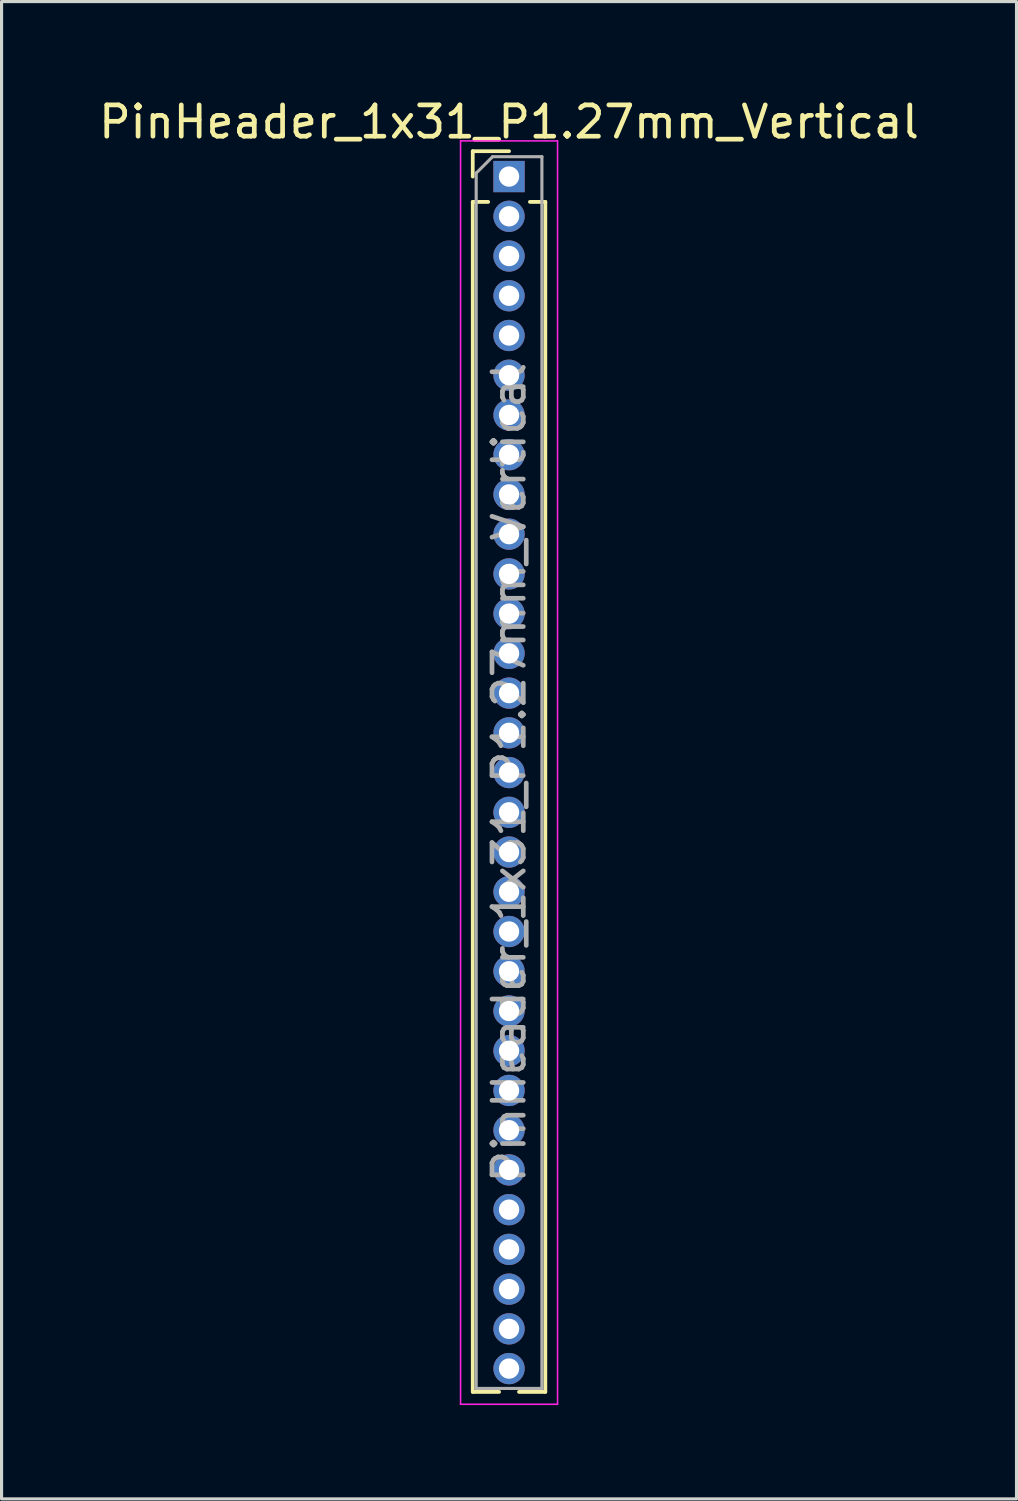
<source format=kicad_pcb>
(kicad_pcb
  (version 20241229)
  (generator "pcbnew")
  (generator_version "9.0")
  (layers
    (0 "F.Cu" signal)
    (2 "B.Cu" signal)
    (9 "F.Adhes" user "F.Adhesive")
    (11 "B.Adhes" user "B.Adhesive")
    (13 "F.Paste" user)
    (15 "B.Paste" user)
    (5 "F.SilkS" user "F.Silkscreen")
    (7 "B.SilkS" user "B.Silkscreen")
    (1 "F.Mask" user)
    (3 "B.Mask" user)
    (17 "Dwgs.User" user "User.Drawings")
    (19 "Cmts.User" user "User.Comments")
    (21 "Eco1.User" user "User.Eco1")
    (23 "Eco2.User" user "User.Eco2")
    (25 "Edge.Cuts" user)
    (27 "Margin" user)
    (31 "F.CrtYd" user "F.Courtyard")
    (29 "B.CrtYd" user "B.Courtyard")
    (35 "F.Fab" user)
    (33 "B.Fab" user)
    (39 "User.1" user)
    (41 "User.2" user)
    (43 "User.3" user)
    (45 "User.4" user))
  (footprint "PinHeader_1x31_P1.27mm_Vertical"
    (layer "F.Cu")
    (at 13.22 2.593)
    (property "Reference" "PinHeader_1x31_P1.27mm_Vertical" (at 0 -1.745 0) (layer "F.SilkS") (effects (font (size 1 1) (thickness 0.15))))
    (attr through_hole)
    (fp_line (start -1.16 -0.81) (end 0 -0.81) (stroke (width 0.12) (type solid)) (layer "F.SilkS"))
    (fp_line (start -1.16 0) (end -1.16 -0.81) (stroke (width 0.12) (type solid)) (layer "F.SilkS"))
    (fp_line (start -1.16 0.81) (end -1.16 38.845) (stroke (width 0.12) (type solid)) (layer "F.SilkS"))
    (fp_line (start -1.16 0.81) (end -0.667 0.81) (stroke (width 0.12) (type solid)) (layer "F.SilkS"))
    (fp_line (start -1.16 38.845) (end -0.318 38.845) (stroke (width 0.12) (type solid)) (layer "F.SilkS"))
    (fp_line (start 0.318 38.845) (end 1.16 38.845) (stroke (width 0.12) (type solid)) (layer "F.SilkS"))
    (fp_line (start 0.667 0.81) (end 1.16 0.81) (stroke (width 0.12) (type solid)) (layer "F.SilkS"))
    (fp_line (start 1.16 0.81) (end 1.16 38.845) (stroke (width 0.12) (type solid)) (layer "F.SilkS"))
    (fp_line (start -1.55 -1.14) (end -1.55 39.24) (stroke (width 0.05) (type solid)) (layer "F.CrtYd"))
    (fp_line (start -1.55 39.24) (end 1.55 39.24) (stroke (width 0.05) (type solid)) (layer "F.CrtYd"))
    (fp_line (start 1.55 -1.14) (end -1.55 -1.14) (stroke (width 0.05) (type solid)) (layer "F.CrtYd"))
    (fp_line (start 1.55 39.24) (end 1.55 -1.14) (stroke (width 0.05) (type solid)) (layer "F.CrtYd"))
    (fp_line (start -1.05 -0.11) (end -0.525 -0.635) (stroke (width 0.1) (type solid)) (layer "F.Fab"))
    (fp_line (start -1.05 38.735) (end -1.05 -0.11) (stroke (width 0.1) (type solid)) (layer "F.Fab"))
    (fp_line (start -0.525 -0.635) (end 1.05 -0.635) (stroke (width 0.1) (type solid)) (layer "F.Fab"))
    (fp_line (start 1.05 -0.635) (end 1.05 38.735) (stroke (width 0.1) (type solid)) (layer "F.Fab"))
    (fp_line (start 1.05 38.735) (end -1.05 38.735) (stroke (width 0.1) (type solid)) (layer "F.Fab"))
    (fp_text user "${REFERENCE}" (at 0 19.05 90) (layer "F.Fab") (effects (font (size 1 1) (thickness 0.15))))
    (pad "1" thru_hole rect (at 0 0) (size 1 1) (drill 0.65) (layers "*.Cu" "*.Mask"))
    (pad "2" thru_hole circle (at 0 1.27) (size 1 1) (drill 0.65) (layers "*.Cu" "*.Mask"))
    (pad "3" thru_hole circle (at 0 2.54) (size 1 1) (drill 0.65) (layers "*.Cu" "*.Mask"))
    (pad "4" thru_hole circle (at 0 3.81) (size 1 1) (drill 0.65) (layers "*.Cu" "*.Mask"))
    (pad "5" thru_hole circle (at 0 5.08) (size 1 1) (drill 0.65) (layers "*.Cu" "*.Mask"))
    (pad "6" thru_hole circle (at 0 6.35) (size 1 1) (drill 0.65) (layers "*.Cu" "*.Mask"))
    (pad "7" thru_hole circle (at 0 7.62) (size 1 1) (drill 0.65) (layers "*.Cu" "*.Mask"))
    (pad "8" thru_hole circle (at 0 8.89) (size 1 1) (drill 0.65) (layers "*.Cu" "*.Mask"))
    (pad "9" thru_hole circle (at 0 10.16) (size 1 1) (drill 0.65) (layers "*.Cu" "*.Mask"))
    (pad "10" thru_hole circle (at 0 11.43) (size 1 1) (drill 0.65) (layers "*.Cu" "*.Mask"))
    (pad "11" thru_hole circle (at 0 12.7) (size 1 1) (drill 0.65) (layers "*.Cu" "*.Mask"))
    (pad "12" thru_hole circle (at 0 13.97) (size 1 1) (drill 0.65) (layers "*.Cu" "*.Mask"))
    (pad "13" thru_hole circle (at 0 15.24) (size 1 1) (drill 0.65) (layers "*.Cu" "*.Mask"))
    (pad "14" thru_hole circle (at 0 16.51) (size 1 1) (drill 0.65) (layers "*.Cu" "*.Mask"))
    (pad "15" thru_hole circle (at 0 17.78) (size 1 1) (drill 0.65) (layers "*.Cu" "*.Mask"))
    (pad "16" thru_hole circle (at 0 19.05) (size 1 1) (drill 0.65) (layers "*.Cu" "*.Mask"))
    (pad "17" thru_hole circle (at 0 20.32) (size 1 1) (drill 0.65) (layers "*.Cu" "*.Mask"))
    (pad "18" thru_hole circle (at 0 21.59) (size 1 1) (drill 0.65) (layers "*.Cu" "*.Mask"))
    (pad "19" thru_hole circle (at 0 22.86) (size 1 1) (drill 0.65) (layers "*.Cu" "*.Mask"))
    (pad "20" thru_hole circle (at 0 24.13) (size 1 1) (drill 0.65) (layers "*.Cu" "*.Mask"))
    (pad "21" thru_hole circle (at 0 25.4) (size 1 1) (drill 0.65) (layers "*.Cu" "*.Mask"))
    (pad "22" thru_hole circle (at 0 26.67) (size 1 1) (drill 0.65) (layers "*.Cu" "*.Mask"))
    (pad "23" thru_hole circle (at 0 27.94) (size 1 1) (drill 0.65) (layers "*.Cu" "*.Mask"))
    (pad "24" thru_hole circle (at 0 29.21) (size 1 1) (drill 0.65) (layers "*.Cu" "*.Mask"))
    (pad "25" thru_hole circle (at 0 30.48) (size 1 1) (drill 0.65) (layers "*.Cu" "*.Mask"))
    (pad "26" thru_hole circle (at 0 31.75) (size 1 1) (drill 0.65) (layers "*.Cu" "*.Mask"))
    (pad "27" thru_hole circle (at 0 33.02) (size 1 1) (drill 0.65) (layers "*.Cu" "*.Mask"))
    (pad "28" thru_hole circle (at 0 34.29) (size 1 1) (drill 0.65) (layers "*.Cu" "*.Mask"))
    (pad "29" thru_hole circle (at 0 35.56) (size 1 1) (drill 0.65) (layers "*.Cu" "*.Mask"))
    (pad "30" thru_hole circle (at 0 36.83) (size 1 1) (drill 0.65) (layers "*.Cu" "*.Mask"))
    (pad "31" thru_hole circle (at 0 38.1) (size 1 1) (drill 0.65) (layers "*.Cu" "*.Mask")))
  (gr_rect
    (start -3 -3)
    (end 29.44 44.858)
    (stroke (width 0.1) (type default))
    (fill no)
    (layer "Edge.Cuts")))
</source>
